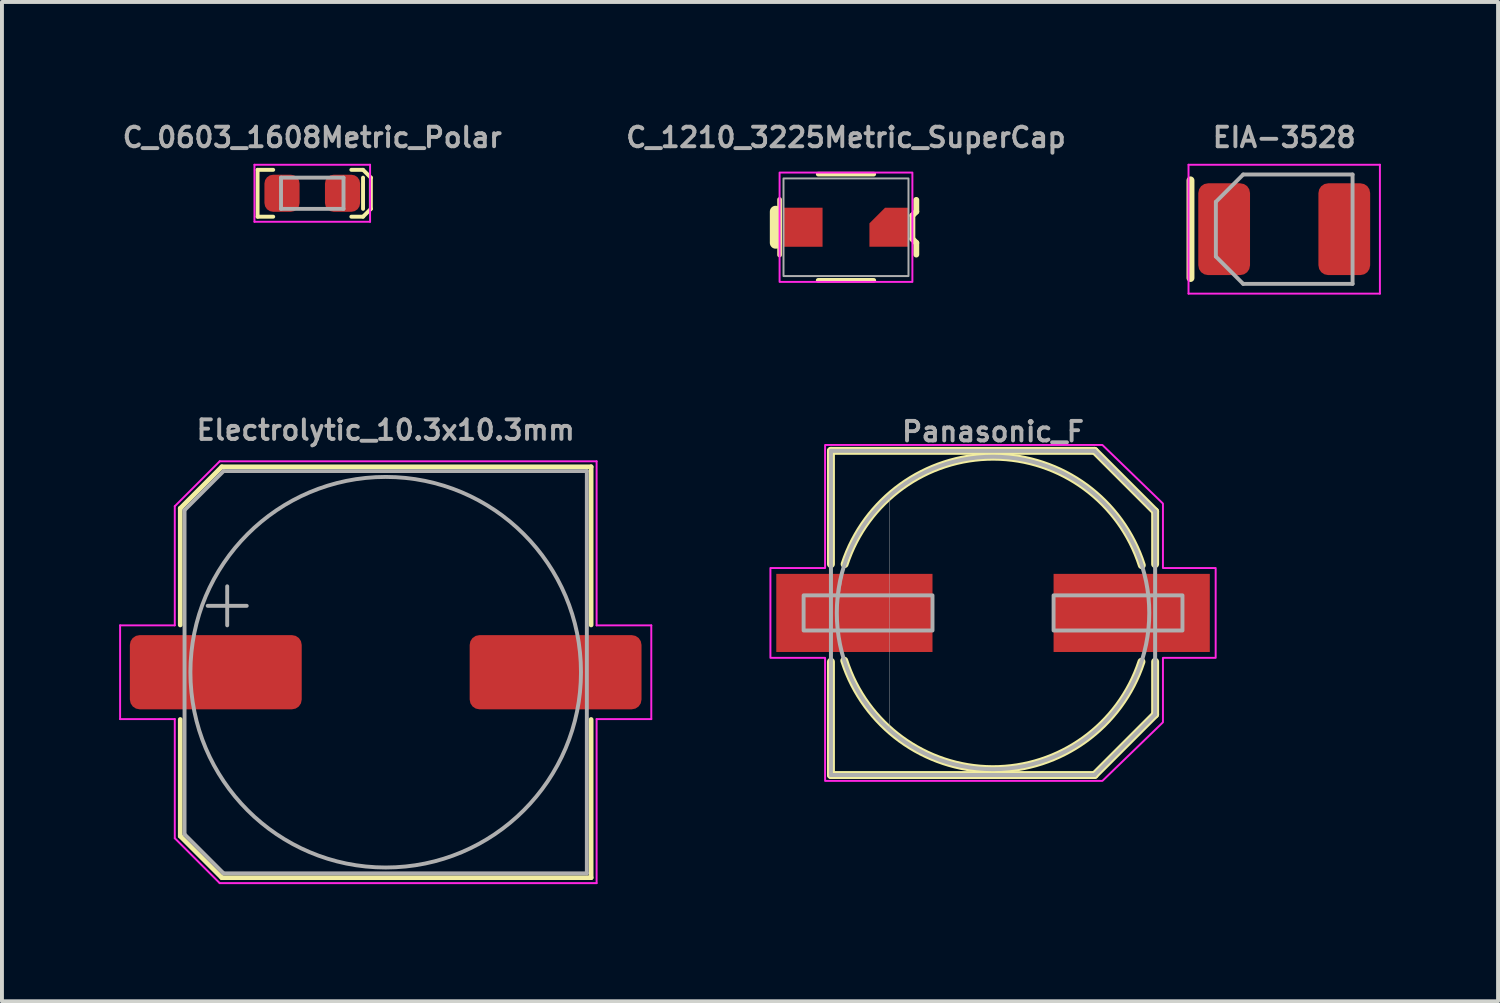
<source format=kicad_pcb>
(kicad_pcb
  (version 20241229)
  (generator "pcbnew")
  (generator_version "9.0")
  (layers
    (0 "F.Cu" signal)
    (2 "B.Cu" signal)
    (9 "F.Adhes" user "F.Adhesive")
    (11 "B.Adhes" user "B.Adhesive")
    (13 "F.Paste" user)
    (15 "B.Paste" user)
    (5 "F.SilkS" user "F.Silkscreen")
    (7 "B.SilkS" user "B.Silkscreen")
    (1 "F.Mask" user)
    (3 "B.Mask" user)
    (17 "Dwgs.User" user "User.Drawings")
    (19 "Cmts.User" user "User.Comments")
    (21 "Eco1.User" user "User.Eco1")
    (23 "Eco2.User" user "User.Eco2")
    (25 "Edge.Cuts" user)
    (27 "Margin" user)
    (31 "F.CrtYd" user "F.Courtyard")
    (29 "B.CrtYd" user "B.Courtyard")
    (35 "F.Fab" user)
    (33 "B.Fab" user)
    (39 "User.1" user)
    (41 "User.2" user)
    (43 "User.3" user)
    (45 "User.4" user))
  (footprint "C_1210_3225Metric_SuperCap"
    (layer "F.Cu")
    (at 18.61 2.768)
    (property "Reference" "C_1210_3225Metric_SuperCap" (at 0 -2.3 0) (layer "F.Fab") (effects (font (size 0.5 0.5) (thickness 0.1) (bold yes))))
    (attr smd)
    (fp_line (start -1.8 0.4) (end -1.8 -0.4) (stroke (width 0.3) (type solid)) (layer "F.SilkS"))
    (fp_line (start -1.7 0.711) (end -1.7 -0.711) (stroke (width 0.12) (type solid)) (layer "F.SilkS"))
    (fp_line (start -0.711 -1.36) (end 0.711 -1.36) (stroke (width 0.12) (type solid)) (layer "F.SilkS"))
    (fp_line (start -0.711 1.36) (end 0.711 1.36) (stroke (width 0.12) (type solid)) (layer "F.SilkS"))
    (fp_line (start 1.7 -0.3) (end 1.7 0.3) (stroke (width 0.15) (type default)) (layer "F.SilkS"))
    (fp_line (start 1.7 0.3) (end 1.8 0.4) (stroke (width 0.15) (type default)) (layer "F.SilkS"))
    (fp_line (start 1.8 -0.7) (end 1.8 -0.4) (stroke (width 0.15) (type default)) (layer "F.SilkS"))
    (fp_line (start 1.8 -0.4) (end 1.7 -0.3) (stroke (width 0.15) (type default)) (layer "F.SilkS"))
    (fp_line (start 1.8 0.4) (end 1.8 0.7) (stroke (width 0.15) (type default)) (layer "F.SilkS"))
    (fp_rect (start -1.7 -1.4) (end 1.7 1.4) (stroke (width 0.05) (type default)) (fill no) (layer "F.CrtYd"))
    (fp_rect (start -1.6 -1.25) (end 1.6 1.25) (stroke (width 0.05) (type default)) (fill no) (layer "F.Fab"))
    (pad "1" smd rect (at -1.1 0) (size 1 1) (layers "F.Cu" "F.Mask" "F.Paste"))
    (pad "2" smd roundrect (at 1.1 0) (size 1 1) (layers "F.Cu" "F.Mask" "F.Paste") (roundrect_rratio 0) (chamfer_ratio 0.4) (chamfer top_left)))
  (footprint "Electrolytic_10.3x10.3mm"
    (layer "F.Cu")
    (at 6.825 14.161)
    (property "Reference" "Electrolytic_10.3x10.3mm" (at 0 -6.2 0) (layer "F.Fab") (effects (font (size 0.5 0.5) (thickness 0.1))))
    (attr smd)
    (fp_line (start -5.26 -4.196) (end -5.26 -1.21) (stroke (width 0.12) (type solid)) (layer "F.SilkS"))
    (fp_line (start -5.26 -4.196) (end -4.196 -5.26) (stroke (width 0.12) (type solid)) (layer "F.SilkS"))
    (fp_line (start -5.26 4.196) (end -5.26 1.21) (stroke (width 0.12) (type solid)) (layer "F.SilkS"))
    (fp_line (start -5.26 4.196) (end -4.196 5.26) (stroke (width 0.12) (type solid)) (layer "F.SilkS"))
    (fp_line (start -4.196 -5.26) (end 5.26 -5.26) (stroke (width 0.12) (type solid)) (layer "F.SilkS"))
    (fp_line (start -4.196 5.26) (end 5.26 5.26) (stroke (width 0.12) (type solid)) (layer "F.SilkS"))
    (fp_line (start 5.26 -5.26) (end 5.26 -1.21) (stroke (width 0.12) (type solid)) (layer "F.SilkS"))
    (fp_line (start 5.26 5.26) (end 5.26 1.21) (stroke (width 0.12) (type solid)) (layer "F.SilkS"))
    (fp_line (start -6.8 -1.2) (end -6.8 1.2) (stroke (width 0.05) (type solid)) (layer "F.CrtYd"))
    (fp_line (start -6.8 1.2) (end -5.4 1.2) (stroke (width 0.05) (type solid)) (layer "F.CrtYd"))
    (fp_line (start -5.4 -4.25) (end -5.4 -1.2) (stroke (width 0.05) (type solid)) (layer "F.CrtYd"))
    (fp_line (start -5.4 -4.25) (end -4.25 -5.4) (stroke (width 0.05) (type solid)) (layer "F.CrtYd"))
    (fp_line (start -5.4 -1.2) (end -6.8 -1.2) (stroke (width 0.05) (type solid)) (layer "F.CrtYd"))
    (fp_line (start -5.4 1.2) (end -5.4 4.25) (stroke (width 0.05) (type solid)) (layer "F.CrtYd"))
    (fp_line (start -5.4 4.25) (end -4.25 5.4) (stroke (width 0.05) (type solid)) (layer "F.CrtYd"))
    (fp_line (start -4.25 -5.4) (end 5.4 -5.4) (stroke (width 0.05) (type solid)) (layer "F.CrtYd"))
    (fp_line (start -4.25 5.4) (end 5.4 5.4) (stroke (width 0.05) (type solid)) (layer "F.CrtYd"))
    (fp_line (start 5.4 -5.4) (end 5.4 -1.2) (stroke (width 0.05) (type solid)) (layer "F.CrtYd"))
    (fp_line (start 5.4 -1.2) (end 6.8 -1.2) (stroke (width 0.05) (type solid)) (layer "F.CrtYd"))
    (fp_line (start 5.4 1.2) (end 5.4 5.4) (stroke (width 0.05) (type solid)) (layer "F.CrtYd"))
    (fp_line (start 6.8 -1.2) (end 6.8 1.2) (stroke (width 0.05) (type solid)) (layer "F.CrtYd"))
    (fp_line (start 6.8 1.2) (end 5.4 1.2) (stroke (width 0.05) (type solid)) (layer "F.CrtYd"))
    (fp_line (start -5.15 -4.15) (end -5.15 4.15) (stroke (width 0.1) (type solid)) (layer "F.Fab"))
    (fp_line (start -5.15 -4.15) (end -4.15 -5.15) (stroke (width 0.1) (type solid)) (layer "F.Fab"))
    (fp_line (start -5.15 4.15) (end -4.15 5.15) (stroke (width 0.1) (type solid)) (layer "F.Fab"))
    (fp_line (start -4.558 -1.7) (end -3.558 -1.7) (stroke (width 0.1) (type solid)) (layer "F.Fab"))
    (fp_line (start -4.15 -5.15) (end 5.15 -5.15) (stroke (width 0.1) (type solid)) (layer "F.Fab"))
    (fp_line (start -4.15 5.15) (end 5.15 5.15) (stroke (width 0.1) (type solid)) (layer "F.Fab"))
    (fp_line (start -4.058 -2.2) (end -4.058 -1.2) (stroke (width 0.1) (type solid)) (layer "F.Fab"))
    (fp_line (start 5.15 -5.15) (end 5.15 5.15) (stroke (width 0.1) (type solid)) (layer "F.Fab"))
    (fp_circle (center 0 0) (end 5 0) (stroke (width 0.1) (type solid)) (fill no) (layer "F.Fab"))
    (pad "1" smd roundrect (at -4.35 0) (size 4.4 1.9) (layers "F.Cu" "F.Mask" "F.Paste") (roundrect_rratio 0.132))
    (pad "2" smd roundrect (at 4.35 0) (size 4.4 1.9) (layers "F.Cu" "F.Mask" "F.Paste") (roundrect_rratio 0.132)))
  (footprint "Panasonic_F"
    (layer "F.Cu")
    (at 22.375 12.643)
    (property "Reference" "Panasonic_F" (at 0 -4.35 0) (layer "F.Fab") (effects (font (size 0.5 0.5) (thickness 0.1) (bold yes)) (justify bottom)))
    (attr smd)
    (fp_line (start -4.15 -4.15) (end 2.6 -4.15) (stroke (width 0.203) (type solid)) (layer "F.SilkS"))
    (fp_line (start -4.15 -1.25) (end -4.15 -4.15) (stroke (width 0.203) (type solid)) (layer "F.SilkS"))
    (fp_line (start -4.15 4.15) (end -4.15 1.25) (stroke (width 0.203) (type solid)) (layer "F.SilkS"))
    (fp_line (start 2.6 -4.15) (end 4.15 -2.6) (stroke (width 0.203) (type solid)) (layer "F.SilkS"))
    (fp_line (start 2.6 4.15) (end -4.15 4.15) (stroke (width 0.203) (type solid)) (layer "F.SilkS"))
    (fp_line (start 4.15 -2.6) (end 4.15 -1.25) (stroke (width 0.203) (type solid)) (layer "F.SilkS"))
    (fp_line (start 4.15 1.25) (end 4.15 2.6) (stroke (width 0.203) (type solid)) (layer "F.SilkS"))
    (fp_line (start 4.15 2.6) (end 2.6 4.15) (stroke (width 0.203) (type solid)) (layer "F.SilkS"))
    (fp_arc (start -3.8 -1.25) (mid 0.014556 -4.000286) (end 3.808996 -1.222313) (stroke (width 0.2032) (type solid)) (layer "F.SilkS"))
    (fp_arc (start 3.8 1.25) (mid -0.014556 4.000286) (end -3.808996 1.222313) (stroke (width 0.2032) (type solid)) (layer "F.SilkS"))
    (fp_rect (start -5.45 -0.9) (end -1.65 0.9) (stroke (width 0.05) (type solid)) (fill yes) (layer "F.Paste"))
    (fp_rect (start 1.65 -0.9) (end 5.45 0.9) (stroke (width 0.05) (type solid)) (fill yes) (layer "F.Paste"))
    (fp_poly (pts (xy -4.3 1.15) (xy -5.7 1.15) (xy -5.7 -1.15) (xy -4.3 -1.15) (xy -4.3 -4.3) (xy 2.8 -4.3) (xy 4.35 -2.8) (xy 4.35 -1.15) (xy 5.7 -1.15) (xy 5.7 1.15) (xy 4.35 1.15) (xy 4.35 2.8) (xy 2.8 4.3) (xy -4.3 4.3)) (stroke (width 0.05) (type solid)) (fill no) (layer "F.CrtYd"))
    (fp_line (start -4.15 -4.15) (end 2.6 -4.15) (stroke (width 0.102) (type solid)) (layer "F.Fab"))
    (fp_line (start -4.15 4.15) (end -4.15 -4.15) (stroke (width 0.102) (type solid)) (layer "F.Fab"))
    (fp_line (start 2.6 -4.15) (end 4.15 -2.6) (stroke (width 0.102) (type solid)) (layer "F.Fab"))
    (fp_line (start 2.6 4.15) (end -4.15 4.15) (stroke (width 0.102) (type solid)) (layer "F.Fab"))
    (fp_line (start 4.15 -2.6) (end 4.15 2.6) (stroke (width 0.102) (type solid)) (layer "F.Fab"))
    (fp_line (start 4.15 2.6) (end 2.6 4.15) (stroke (width 0.102) (type solid)) (layer "F.Fab"))
    (fp_circle (center 0 0) (end 4 0) (stroke (width 0.102) (type solid)) (fill no) (layer "F.Fab"))
    (fp_poly (pts (xy -4.85 0.45) (xy -1.55 0.45) (xy -1.55 -0.45) (xy -4.85 -0.45)) (stroke (width 0.1) (type default)) (fill no) (layer "F.Fab"))
    (fp_poly (pts (xy 1.55 0.45) (xy 4.85 0.45) (xy 4.85 -0.45) (xy 1.55 -0.45)) (stroke (width 0.1) (type default)) (fill no) (layer "F.Fab"))
    (fp_poly (pts (xy -4 0) (xy -3.85 -1) (xy -3.5 -2) (xy -2.65 -3) (xy -2.65 3.05) (xy -3.45 2) (xy -3.9 1)) (stroke (width 0.01) (type solid)) (fill no) (layer "F.Fab"))
    (pad "1" smd rect (at 3.55 0) (size 4 2) (layers "F.Cu" "F.Mask"))
    (pad "2" smd rect (at -3.55 0) (size 4 2) (layers "F.Cu" "F.Mask")))
  (footprint "C_0603_1608Metric_Polar"
    (layer "F.Cu")
    (at 4.945 1.898)
    (property "Reference" "C_0603_1608Metric_Polar" (at 0 -1.43 0) (layer "F.Fab") (effects (font (size 0.5 0.5) (thickness 0.1) (bold yes))))
    (attr smd)
    (fp_line (start -1.4 -0.6) (end -1.4 0.6) (stroke (width 0.1) (type default)) (layer "F.SilkS"))
    (fp_line (start -1.4 0.6) (end -1 0.6) (stroke (width 0.1) (type default)) (layer "F.SilkS"))
    (fp_line (start -1 -0.6) (end -1.4 -0.6) (stroke (width 0.1) (type default)) (layer "F.SilkS"))
    (fp_line (start 1 -0.6) (end 1.3 -0.6) (stroke (width 0.1) (type default)) (layer "F.SilkS"))
    (fp_line (start 1.3 -0.6) (end 1.5 -0.4) (stroke (width 0.1) (type default)) (layer "F.SilkS"))
    (fp_line (start 1.3 -0.4) (end 1.3 0.4) (stroke (width 0.1) (type default)) (layer "F.SilkS"))
    (fp_line (start 1.3 0.6) (end 1 0.6) (stroke (width 0.1) (type default)) (layer "F.SilkS"))
    (fp_line (start 1.5 -0.4) (end 1.5 0.4) (stroke (width 0.1) (type default)) (layer "F.SilkS"))
    (fp_line (start 1.5 0.4) (end 1.3 0.6) (stroke (width 0.1) (type default)) (layer "F.SilkS"))
    (fp_line (start -1.48 -0.73) (end 1.48 -0.73) (stroke (width 0.05) (type solid)) (layer "F.CrtYd"))
    (fp_line (start -1.48 0.73) (end -1.48 -0.73) (stroke (width 0.05) (type solid)) (layer "F.CrtYd"))
    (fp_line (start 1.48 -0.73) (end 1.48 0.73) (stroke (width 0.05) (type solid)) (layer "F.CrtYd"))
    (fp_line (start 1.48 0.73) (end -1.48 0.73) (stroke (width 0.05) (type solid)) (layer "F.CrtYd"))
    (fp_line (start -0.8 -0.4) (end 0.8 -0.4) (stroke (width 0.1) (type solid)) (layer "F.Fab"))
    (fp_line (start -0.8 0.4) (end -0.8 -0.4) (stroke (width 0.1) (type solid)) (layer "F.Fab"))
    (fp_line (start 0.8 -0.4) (end 0.8 0.4) (stroke (width 0.1) (type solid)) (layer "F.Fab"))
    (fp_line (start 0.8 0.4) (end -0.8 0.4) (stroke (width 0.1) (type solid)) (layer "F.Fab"))
    (pad "1" smd roundrect (at -0.775 0) (size 0.9 0.95) (layers "F.Cu" "F.Mask" "F.Paste") (roundrect_rratio 0.25))
    (pad "2" smd roundrect (at 0.775 0) (size 0.9 0.95) (layers "F.Cu" "F.Mask" "F.Paste") (roundrect_rratio 0.25)))
  (footprint "EIA-3528"
    (layer "F.Cu")
    (at 29.83 2.818)
    (property "Reference" "EIA-3528" (at 0 -2.35 0) (layer "F.Fab") (effects (font (size 0.5 0.5) (thickness 0.1))))
    (attr smd)
    (fp_line (start -2.4 1.25) (end -2.4 -1.25) (stroke (width 0.203) (type solid)) (layer "F.SilkS"))
    (fp_line (start -2.45 -1.65) (end 2.45 -1.65) (stroke (width 0.05) (type solid)) (layer "F.CrtYd"))
    (fp_line (start -2.45 1.65) (end -2.45 -1.65) (stroke (width 0.05) (type solid)) (layer "F.CrtYd"))
    (fp_line (start 2.45 -1.65) (end 2.45 1.65) (stroke (width 0.05) (type solid)) (layer "F.CrtYd"))
    (fp_line (start 2.45 1.65) (end -2.45 1.65) (stroke (width 0.05) (type solid)) (layer "F.CrtYd"))
    (fp_line (start -1.75 -0.7) (end -1.75 0.7) (stroke (width 0.1) (type solid)) (layer "F.Fab"))
    (fp_line (start -1.75 0.7) (end -1.05 1.4) (stroke (width 0.1) (type solid)) (layer "F.Fab"))
    (fp_line (start -1.05 -1.4) (end -1.75 -0.7) (stroke (width 0.1) (type solid)) (layer "F.Fab"))
    (fp_line (start -1.05 1.4) (end 1.75 1.4) (stroke (width 0.1) (type solid)) (layer "F.Fab"))
    (fp_line (start 1.75 -1.4) (end -1.05 -1.4) (stroke (width 0.1) (type solid)) (layer "F.Fab"))
    (fp_line (start 1.75 1.4) (end 1.75 -1.4) (stroke (width 0.1) (type solid)) (layer "F.Fab"))
    (pad "1" smd roundrect (at -1.538 0) (size 1.325 2.35) (layers "F.Cu" "F.Mask" "F.Paste") (roundrect_rratio 0.189))
    (pad "2" smd roundrect (at 1.538 0) (size 1.325 2.35) (layers "F.Cu" "F.Mask" "F.Paste") (roundrect_rratio 0.189)))
  (gr_rect
    (start -3 -3)
    (end 35.305 22.586)
    (stroke (width 0.1) (type default))
    (fill no)
    (layer "Edge.Cuts")))
</source>
